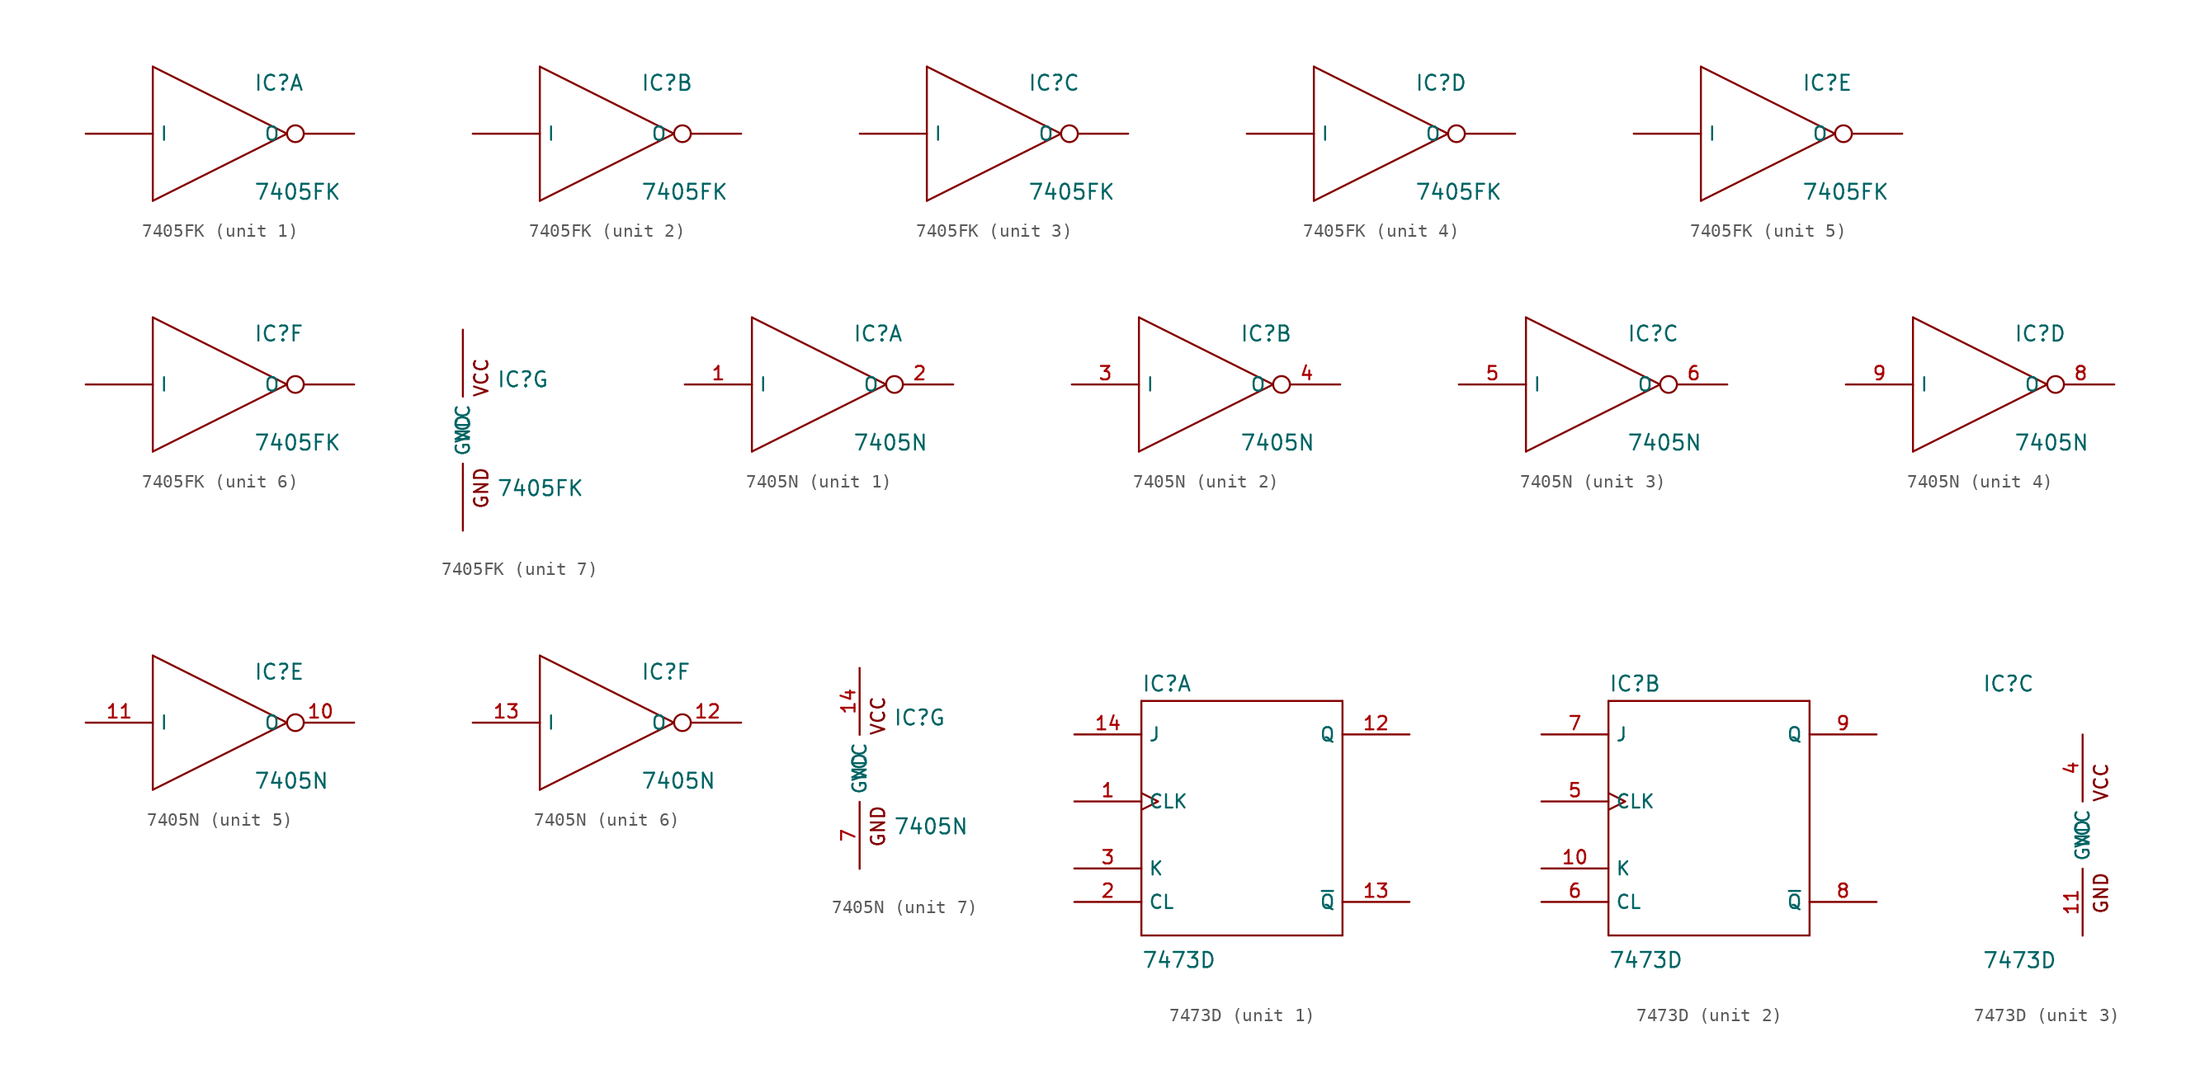
<source format=kicad_sym>
(kicad_symbol_lib
  (version 20220102)
  (generator kicad_symbol_editor)
  (symbol "7405FK"
    (pin_numbers hide)
    (property "Reference" "IC"
      (at 2.54 3.175 0)
      (effects (font (size 1.143 1.143)) (justify left bottom)))
    (property "Value" "7405FK"
      (at 2.54 -5.08 0)
      (effects (font (size 1.143 1.143)) (justify left bottom)))
    (property "ki_locked" ""
      (at 0 0 0)
      (effects (font (size 1.27 1.27))))
    (symbol "7405FK_1_0"
      (polyline (pts (xy -5.08 -5.08) (xy -5.08 5.08)) (stroke (width 0) (type default)) (fill (type none)))
      (polyline (pts (xy -5.08 5.08) (xy 5.08 0)) (stroke (width 0) (type default)) (fill (type none)))
      (polyline (pts (xy 5.08 0) (xy -5.08 -5.08)) (stroke (width 0) (type default)) (fill (type none))))
    (symbol "7405FK_1_1"
      (pin input line (at -10.16 0 0) (length 5.08) (name "I" (effects (font (size 1.016 1.016)))) (number "2" (effects (font (size 1.016 1.016)))))
      (pin open_collector inverted (at 10.16 0 180) (length 5.08) (name "O" (effects (font (size 1.016 1.016)))) (number "3" (effects (font (size 1.016 1.016))))))
    (symbol "7405FK_2_0"
      (polyline (pts (xy -5.08 -5.08) (xy -5.08 5.08)) (stroke (width 0) (type default)) (fill (type none)))
      (polyline (pts (xy -5.08 5.08) (xy 5.08 0)) (stroke (width 0) (type default)) (fill (type none)))
      (polyline (pts (xy 5.08 0) (xy -5.08 -5.08)) (stroke (width 0) (type default)) (fill (type none))))
    (symbol "7405FK_2_1"
      (pin input line (at -10.16 0 0) (length 5.08) (name "I" (effects (font (size 1.016 1.016)))) (number "4" (effects (font (size 1.016 1.016)))))
      (pin open_collector inverted (at 10.16 0 180) (length 5.08) (name "O" (effects (font (size 1.016 1.016)))) (number "6" (effects (font (size 1.016 1.016))))))
    (symbol "7405FK_3_0"
      (polyline (pts (xy -5.08 -5.08) (xy -5.08 5.08)) (stroke (width 0) (type default)) (fill (type none)))
      (polyline (pts (xy -5.08 5.08) (xy 5.08 0)) (stroke (width 0) (type default)) (fill (type none)))
      (polyline (pts (xy 5.08 0) (xy -5.08 -5.08)) (stroke (width 0) (type default)) (fill (type none))))
    (symbol "7405FK_3_1"
      (pin input line (at -10.16 0 0) (length 5.08) (name "I" (effects (font (size 1.016 1.016)))) (number "8" (effects (font (size 1.016 1.016)))))
      (pin open_collector inverted (at 10.16 0 180) (length 5.08) (name "O" (effects (font (size 1.016 1.016)))) (number "9" (effects (font (size 1.016 1.016))))))
    (symbol "7405FK_4_0"
      (polyline (pts (xy -5.08 -5.08) (xy -5.08 5.08)) (stroke (width 0) (type default)) (fill (type none)))
      (polyline (pts (xy -5.08 5.08) (xy 5.08 0)) (stroke (width 0) (type default)) (fill (type none)))
      (polyline (pts (xy 5.08 0) (xy -5.08 -5.08)) (stroke (width 0) (type default)) (fill (type none))))
    (symbol "7405FK_4_1"
      (pin open_collector inverted (at 10.16 0 180) (length 5.08) (name "O" (effects (font (size 1.016 1.016)))) (number "12" (effects (font (size 1.016 1.016)))))
      (pin input line (at -10.16 0 0) (length 5.08) (name "I" (effects (font (size 1.016 1.016)))) (number "13" (effects (font (size 1.016 1.016))))))
    (symbol "7405FK_5_0"
      (polyline (pts (xy -5.08 -5.08) (xy -5.08 5.08)) (stroke (width 0) (type default)) (fill (type none)))
      (polyline (pts (xy -5.08 5.08) (xy 5.08 0)) (stroke (width 0) (type default)) (fill (type none)))
      (polyline (pts (xy 5.08 0) (xy -5.08 -5.08)) (stroke (width 0) (type default)) (fill (type none))))
    (symbol "7405FK_5_1"
      (pin open_collector inverted (at 10.16 0 180) (length 5.08) (name "O" (effects (font (size 1.016 1.016)))) (number "14" (effects (font (size 1.016 1.016)))))
      (pin input line (at -10.16 0 0) (length 5.08) (name "I" (effects (font (size 1.016 1.016)))) (number "16" (effects (font (size 1.016 1.016))))))
    (symbol "7405FK_6_0"
      (polyline (pts (xy -5.08 -5.08) (xy -5.08 5.08)) (stroke (width 0) (type default)) (fill (type none)))
      (polyline (pts (xy -5.08 5.08) (xy 5.08 0)) (stroke (width 0) (type default)) (fill (type none)))
      (polyline (pts (xy 5.08 0) (xy -5.08 -5.08)) (stroke (width 0) (type default)) (fill (type none))))
    (symbol "7405FK_6_1"
      (pin open_collector inverted (at 10.16 0 180) (length 5.08) (name "O" (effects (font (size 1.016 1.016)))) (number "18" (effects (font (size 1.016 1.016)))))
      (pin input line (at -10.16 0 0) (length 5.08) (name "I" (effects (font (size 1.016 1.016)))) (number "19" (effects (font (size 1.016 1.016))))))
    (symbol "7405FK_7_0"
      (text "GND" (at 1.397 -4.394 900) (effects (font (size 1.016 1.016))))
      (text "VCC" (at 1.397 3.988 900) (effects (font (size 1.016 1.016)))))
    (symbol "7405FK_7_1"
      (pin power_in line (at 0 -7.62 90) (length 5.08) (name "GND" (effects (font (size 1.016 1.016)))) (number "10" (effects (font (size 1.016 1.016)))))
      (pin power_in line (at 0 7.62 270) (length 5.08) (name "VCC" (effects (font (size 1.016 1.016)))) (number "20" (effects (font (size 1.016 1.016)))))))
  (symbol "7405N"
    (property "Reference" "IC"
      (at 2.54 3.175 0)
      (effects (font (size 1.143 1.143)) (justify left bottom)))
    (property "Value" "7405N"
      (at 2.54 -5.08 0)
      (effects (font (size 1.143 1.143)) (justify left bottom)))
    (property "ki_locked" ""
      (at 0 0 0)
      (effects (font (size 1.27 1.27))))
    (symbol "7405N_1_0"
      (polyline (pts (xy -5.08 -5.08) (xy -5.08 5.08)) (stroke (width 0) (type default)) (fill (type none)))
      (polyline (pts (xy -5.08 5.08) (xy 5.08 0)) (stroke (width 0) (type default)) (fill (type none)))
      (polyline (pts (xy 5.08 0) (xy -5.08 -5.08)) (stroke (width 0) (type default)) (fill (type none))))
    (symbol "7405N_1_1"
      (pin input line (at -10.16 0 0) (length 5.08) (name "I" (effects (font (size 1.016 1.016)))) (number "1" (effects (font (size 1.016 1.016)))))
      (pin open_collector inverted (at 10.16 0 180) (length 5.08) (name "O" (effects (font (size 1.016 1.016)))) (number "2" (effects (font (size 1.016 1.016))))))
    (symbol "7405N_2_0"
      (polyline (pts (xy -5.08 -5.08) (xy -5.08 5.08)) (stroke (width 0) (type default)) (fill (type none)))
      (polyline (pts (xy -5.08 5.08) (xy 5.08 0)) (stroke (width 0) (type default)) (fill (type none)))
      (polyline (pts (xy 5.08 0) (xy -5.08 -5.08)) (stroke (width 0) (type default)) (fill (type none))))
    (symbol "7405N_2_1"
      (pin input line (at -10.16 0 0) (length 5.08) (name "I" (effects (font (size 1.016 1.016)))) (number "3" (effects (font (size 1.016 1.016)))))
      (pin open_collector inverted (at 10.16 0 180) (length 5.08) (name "O" (effects (font (size 1.016 1.016)))) (number "4" (effects (font (size 1.016 1.016))))))
    (symbol "7405N_3_0"
      (polyline (pts (xy -5.08 -5.08) (xy -5.08 5.08)) (stroke (width 0) (type default)) (fill (type none)))
      (polyline (pts (xy -5.08 5.08) (xy 5.08 0)) (stroke (width 0) (type default)) (fill (type none)))
      (polyline (pts (xy 5.08 0) (xy -5.08 -5.08)) (stroke (width 0) (type default)) (fill (type none))))
    (symbol "7405N_3_1"
      (pin input line (at -10.16 0 0) (length 5.08) (name "I" (effects (font (size 1.016 1.016)))) (number "5" (effects (font (size 1.016 1.016)))))
      (pin open_collector inverted (at 10.16 0 180) (length 5.08) (name "O" (effects (font (size 1.016 1.016)))) (number "6" (effects (font (size 1.016 1.016))))))
    (symbol "7405N_4_0"
      (polyline (pts (xy -5.08 -5.08) (xy -5.08 5.08)) (stroke (width 0) (type default)) (fill (type none)))
      (polyline (pts (xy -5.08 5.08) (xy 5.08 0)) (stroke (width 0) (type default)) (fill (type none)))
      (polyline (pts (xy 5.08 0) (xy -5.08 -5.08)) (stroke (width 0) (type default)) (fill (type none))))
    (symbol "7405N_4_1"
      (pin open_collector inverted (at 10.16 0 180) (length 5.08) (name "O" (effects (font (size 1.016 1.016)))) (number "8" (effects (font (size 1.016 1.016)))))
      (pin input line (at -10.16 0 0) (length 5.08) (name "I" (effects (font (size 1.016 1.016)))) (number "9" (effects (font (size 1.016 1.016))))))
    (symbol "7405N_5_0"
      (polyline (pts (xy -5.08 -5.08) (xy -5.08 5.08)) (stroke (width 0) (type default)) (fill (type none)))
      (polyline (pts (xy -5.08 5.08) (xy 5.08 0)) (stroke (width 0) (type default)) (fill (type none)))
      (polyline (pts (xy 5.08 0) (xy -5.08 -5.08)) (stroke (width 0) (type default)) (fill (type none))))
    (symbol "7405N_5_1"
      (pin open_collector inverted (at 10.16 0 180) (length 5.08) (name "O" (effects (font (size 1.016 1.016)))) (number "10" (effects (font (size 1.016 1.016)))))
      (pin input line (at -10.16 0 0) (length 5.08) (name "I" (effects (font (size 1.016 1.016)))) (number "11" (effects (font (size 1.016 1.016))))))
    (symbol "7405N_6_0"
      (polyline (pts (xy -5.08 -5.08) (xy -5.08 5.08)) (stroke (width 0) (type default)) (fill (type none)))
      (polyline (pts (xy -5.08 5.08) (xy 5.08 0)) (stroke (width 0) (type default)) (fill (type none)))
      (polyline (pts (xy 5.08 0) (xy -5.08 -5.08)) (stroke (width 0) (type default)) (fill (type none))))
    (symbol "7405N_6_1"
      (pin open_collector inverted (at 10.16 0 180) (length 5.08) (name "O" (effects (font (size 1.016 1.016)))) (number "12" (effects (font (size 1.016 1.016)))))
      (pin input line (at -10.16 0 0) (length 5.08) (name "I" (effects (font (size 1.016 1.016)))) (number "13" (effects (font (size 1.016 1.016))))))
    (symbol "7405N_7_0"
      (text "GND" (at 1.397 -4.394 900) (effects (font (size 1.016 1.016))))
      (text "VCC" (at 1.397 3.988 900) (effects (font (size 1.016 1.016)))))
    (symbol "7405N_7_1"
      (pin power_in line (at 0 7.62 270) (length 5.08) (name "VCC" (effects (font (size 1.016 1.016)))) (number "14" (effects (font (size 1.016 1.016)))))
      (pin power_in line (at 0 -7.62 90) (length 5.08) (name "GND" (effects (font (size 1.016 1.016)))) (number "7" (effects (font (size 1.016 1.016)))))))
  (symbol "7473D"
    (property "Reference" "IC"
      (at -7.62 10.795 0)
      (effects (font (size 1.143 1.143)) (justify left bottom)))
    (property "Value" "7473D"
      (at -7.62 -10.16 0)
      (effects (font (size 1.143 1.143)) (justify left bottom)))
    (property "ki_locked" ""
      (at 0 0 0)
      (effects (font (size 1.27 1.27))))
    (symbol "7473D_1_0"
      (polyline (pts (xy -7.62 -7.62) (xy 7.62 -7.62)) (stroke (width 0) (type default)) (fill (type none)))
      (polyline (pts (xy -7.62 10.16) (xy -7.62 -7.62)) (stroke (width 0) (type default)) (fill (type none)))
      (polyline (pts (xy 7.62 -7.62) (xy 7.62 10.16)) (stroke (width 0) (type default)) (fill (type none)))
      (polyline (pts (xy 7.62 10.16) (xy -7.62 10.16)) (stroke (width 0) (type default)) (fill (type none))))
    (symbol "7473D_1_1"
      (pin input clock (at -12.7 2.54 0) (length 5.08) (name "CLK" (effects (font (size 1.016 1.016)))) (number "1" (effects (font (size 1.016 1.016)))))
      (pin output line (at 12.7 7.62 180) (length 5.08) (name "Q" (effects (font (size 1.016 1.016)))) (number "12" (effects (font (size 1.016 1.016)))))
      (pin output line (at 12.7 -5.08 180) (length 5.08) (name "~{Q}" (effects (font (size 1.016 1.016)))) (number "13" (effects (font (size 1.016 1.016)))))
      (pin input line (at -12.7 7.62 0) (length 5.08) (name "J" (effects (font (size 1.016 1.016)))) (number "14" (effects (font (size 1.016 1.016)))))
      (pin input line (at -12.7 -5.08 0) (length 5.08) (name "CL" (effects (font (size 1.016 1.016)))) (number "2" (effects (font (size 1.016 1.016)))))
      (pin input line (at -12.7 -2.54 0) (length 5.08) (name "K" (effects (font (size 1.016 1.016)))) (number "3" (effects (font (size 1.016 1.016))))))
    (symbol "7473D_2_0"
      (polyline (pts (xy -7.62 -7.62) (xy 7.62 -7.62)) (stroke (width 0) (type default)) (fill (type none)))
      (polyline (pts (xy -7.62 10.16) (xy -7.62 -7.62)) (stroke (width 0) (type default)) (fill (type none)))
      (polyline (pts (xy 7.62 -7.62) (xy 7.62 10.16)) (stroke (width 0) (type default)) (fill (type none)))
      (polyline (pts (xy 7.62 10.16) (xy -7.62 10.16)) (stroke (width 0) (type default)) (fill (type none))))
    (symbol "7473D_2_1"
      (pin input line (at -12.7 -2.54 0) (length 5.08) (name "K" (effects (font (size 1.016 1.016)))) (number "10" (effects (font (size 1.016 1.016)))))
      (pin input clock (at -12.7 2.54 0) (length 5.08) (name "CLK" (effects (font (size 1.016 1.016)))) (number "5" (effects (font (size 1.016 1.016)))))
      (pin input line (at -12.7 -5.08 0) (length 5.08) (name "CL" (effects (font (size 1.016 1.016)))) (number "6" (effects (font (size 1.016 1.016)))))
      (pin input line (at -12.7 7.62 0) (length 5.08) (name "J" (effects (font (size 1.016 1.016)))) (number "7" (effects (font (size 1.016 1.016)))))
      (pin output line (at 12.7 -5.08 180) (length 5.08) (name "~{Q}" (effects (font (size 1.016 1.016)))) (number "8" (effects (font (size 1.016 1.016)))))
      (pin output line (at 12.7 7.62 180) (length 5.08) (name "Q" (effects (font (size 1.016 1.016)))) (number "9" (effects (font (size 1.016 1.016))))))
    (symbol "7473D_3_0"
      (text "GND" (at 1.397 -4.394 900) (effects (font (size 1.016 1.016))))
      (text "VCC" (at 1.397 3.988 900) (effects (font (size 1.016 1.016)))))
    (symbol "7473D_3_1"
      (pin power_in line (at 0 -7.62 90) (length 5.08) (name "GND" (effects (font (size 1.016 1.016)))) (number "11" (effects (font (size 1.016 1.016)))))
      (pin power_in line (at 0 7.62 270) (length 5.08) (name "VCC" (effects (font (size 1.016 1.016)))) (number "4" (effects (font (size 1.016 1.016))))))))
</source>
